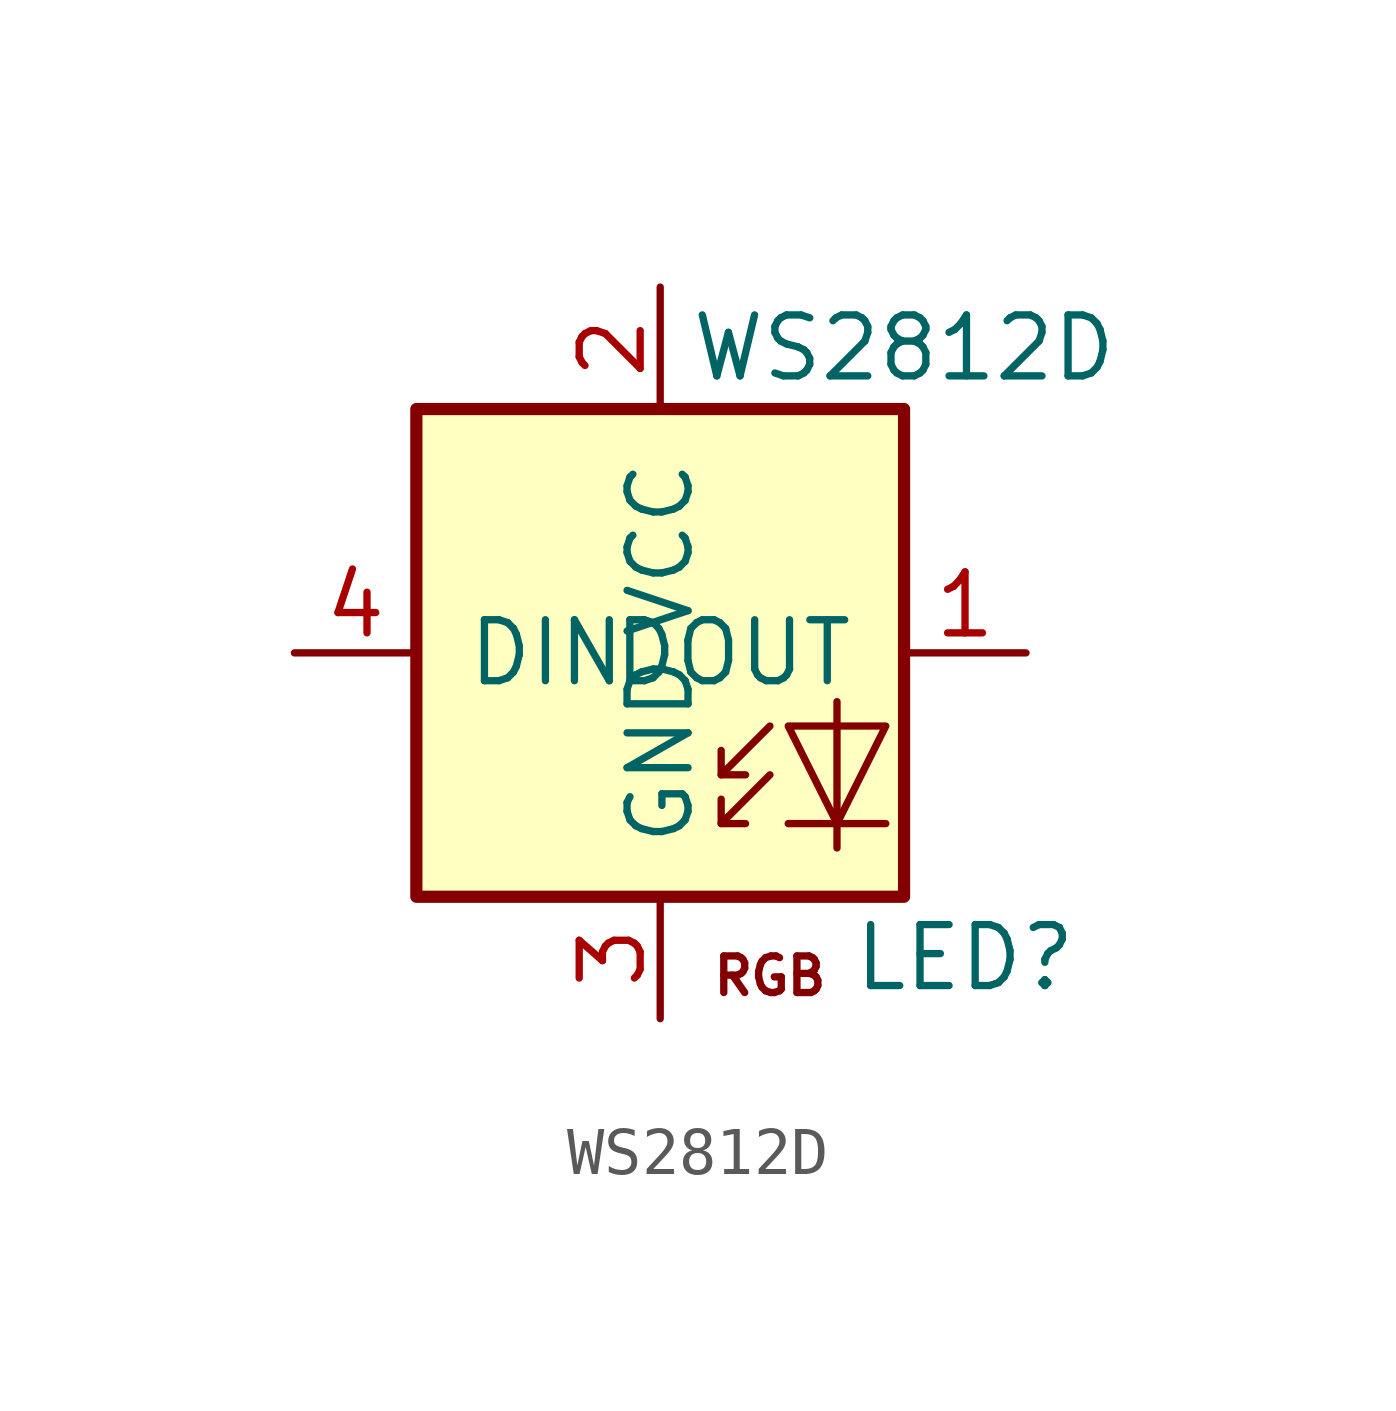
<source format=kicad_sym>
(kicad_symbol_lib
  (version 20220914)
  (generator kicad_symbol_editor)
  (symbol "WS2812D"
    (pin_names
      (offset 1.016))
    (property "Reference" "LED"
      (at 6.35 -15.24 0)
      (effects (font (size 1.27 1.27))))
    (property "Value" "WS2812D"
      (at 5.08 -2.54 0)
      (effects (font (size 1.27 1.27))))
    (symbol "WS2812D_0_0"
      (text "RGB" (at 2.286 -15.621 0) (effects (font (size 0.762 0.762)))))
    (symbol "WS2812D_0_1"
      (polyline (pts (xy 1.27 -12.446) (xy 1.778 -12.446)) (stroke (width 0) (type solid)) (fill (type none)))
      (polyline (pts (xy 1.27 -11.43) (xy 1.778 -11.43)) (stroke (width 0) (type solid)) (fill (type none)))
      (polyline (pts (xy 4.699 -12.446) (xy 2.667 -12.446)) (stroke (width 0) (type solid)) (fill (type none)))
      (polyline (pts (xy 2.286 -11.43) (xy 1.27 -12.446) (xy 1.27 -11.938)) (stroke (width 0) (type solid)) (fill (type none)))
      (polyline (pts (xy 2.286 -10.414) (xy 1.27 -11.43) (xy 1.27 -10.922)) (stroke (width 0) (type solid)) (fill (type none)))
      (polyline (pts (xy 3.683 -9.906) (xy 3.683 -12.446) (xy 3.683 -12.954)) (stroke (width 0) (type solid)) (fill (type none)))
      (polyline (pts (xy 4.699 -10.414) (xy 2.667 -10.414) (xy 3.683 -12.446) (xy 4.699 -10.414)) (stroke (width 0) (type solid)) (fill (type none)))
      (rectangle (start 5.08 -3.81) (end -5.08 -13.97) (stroke (width 0.254) (type solid)) (fill (type background))))
    (symbol "WS2812D_1_1"
      (pin output line (at 7.62 -8.89 180) (length 2.54) (name "DOUT" (effects (font (size 1.27 1.27)))) (number "1" (effects (font (size 1.27 1.27)))))
      (pin power_in line (at 0 -1.27 270) (length 2.54) (name "VCC" (effects (font (size 1.27 1.27)))) (number "2" (effects (font (size 1.27 1.27)))))
      (pin power_in line (at 0 -16.51 90) (length 2.54) (name "GND" (effects (font (size 1.27 1.27)))) (number "3" (effects (font (size 1.27 1.27)))))
      (pin input line (at -7.62 -8.89 0) (length 2.54) (name "DIN" (effects (font (size 1.27 1.27)))) (number "4" (effects (font (size 1.27 1.27))))))))
</source>
